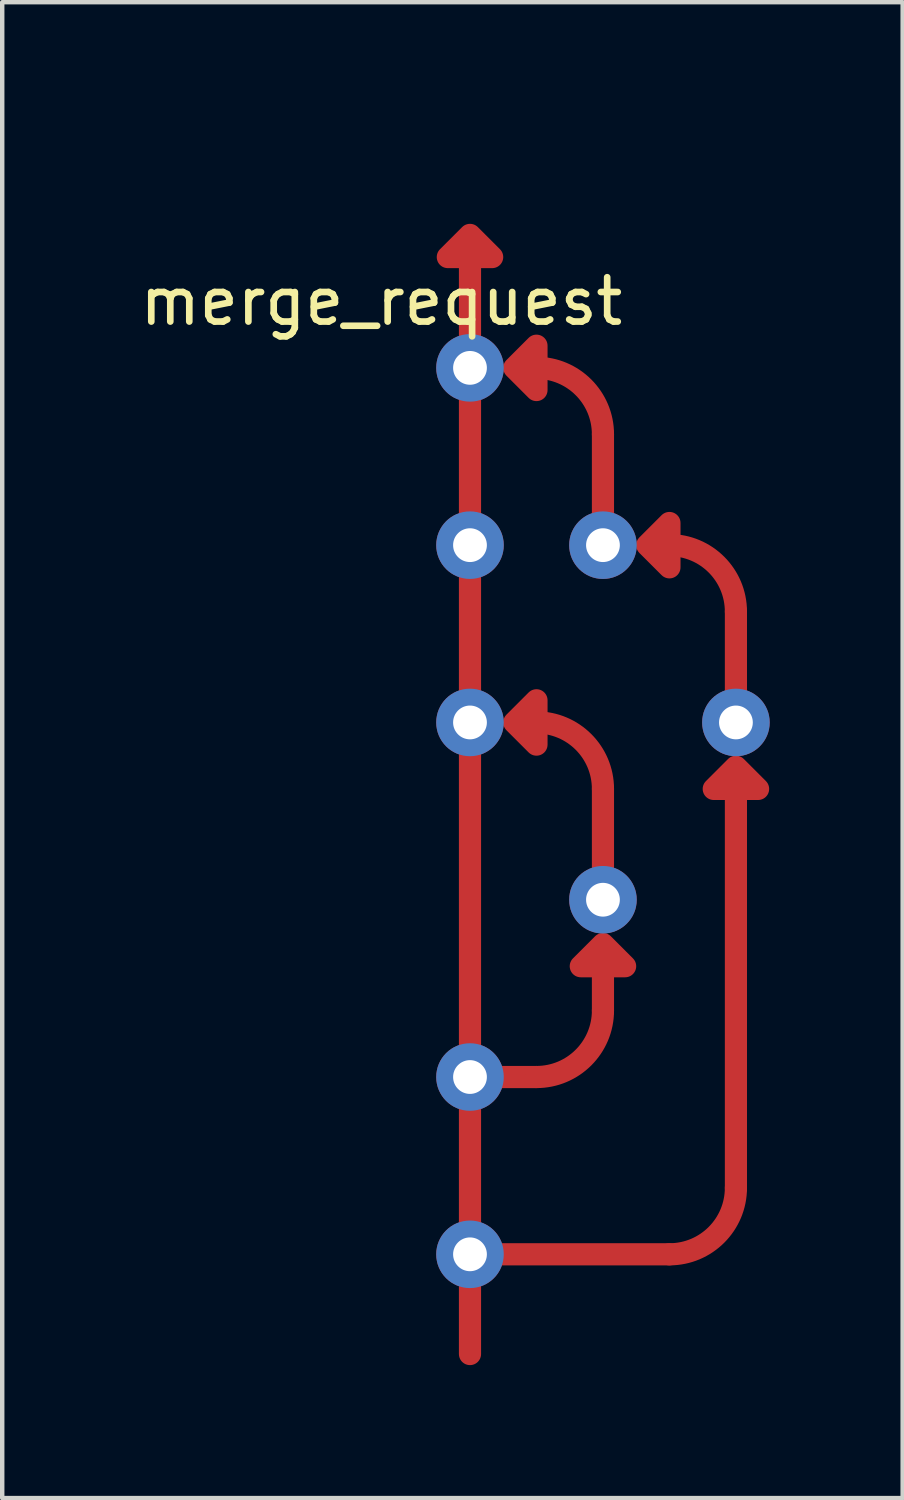
<source format=kicad_pcb>
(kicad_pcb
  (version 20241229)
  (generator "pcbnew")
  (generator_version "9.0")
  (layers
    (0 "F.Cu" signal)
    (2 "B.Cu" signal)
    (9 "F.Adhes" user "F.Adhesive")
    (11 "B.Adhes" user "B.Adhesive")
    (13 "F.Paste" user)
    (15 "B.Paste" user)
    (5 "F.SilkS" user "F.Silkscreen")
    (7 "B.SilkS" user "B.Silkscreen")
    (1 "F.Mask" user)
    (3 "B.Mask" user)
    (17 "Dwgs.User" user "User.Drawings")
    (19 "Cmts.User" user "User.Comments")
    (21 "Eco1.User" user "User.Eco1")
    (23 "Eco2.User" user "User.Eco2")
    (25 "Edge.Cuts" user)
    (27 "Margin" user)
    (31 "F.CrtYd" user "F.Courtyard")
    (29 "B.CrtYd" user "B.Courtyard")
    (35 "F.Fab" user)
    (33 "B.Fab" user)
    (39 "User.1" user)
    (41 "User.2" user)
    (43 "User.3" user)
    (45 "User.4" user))
  (footprint "merge_request"
    (layer "F.Cu")
    (at 5.054 0.25)
    (property "Reference" "merge_request" (at 0.5 3.5 0) (layer "F.SilkS") (effects (font (size 1 1) (thickness 0.15))))
    (attr through_hole)
    (fp_line (start 2.5 5) (end 2.5 2.75) (stroke (width 0.5) (type solid)) (layer "F.Cu"))
    (fp_line (start 2.5 27.25) (end 2.5 5) (stroke (width 0.5) (type solid)) (layer "F.Cu"))
    (fp_line (start 4 21) (end 2.5 21) (stroke (width 0.5) (type solid)) (layer "F.Cu"))
    (fp_line (start 5.5 9) (end 5.5 6.5) (stroke (width 0.5) (type solid)) (layer "F.Cu"))
    (fp_line (start 5.5 17) (end 5.5 14.5) (stroke (width 0.5) (type solid)) (layer "F.Cu"))
    (fp_line (start 5.5 19.5) (end 5.5 18.75) (stroke (width 0.5) (type solid)) (layer "F.Cu"))
    (fp_line (start 7 25) (end 2.5 25) (stroke (width 0.5) (type solid)) (layer "F.Cu"))
    (fp_line (start 8.5 13) (end 8.5 10.5) (stroke (width 0.5) (type solid)) (layer "F.Cu"))
    (fp_line (start 8.5 23.5) (end 8.5 14.75) (stroke (width 0.5) (type solid)) (layer "F.Cu"))
    (fp_arc (start 4 5) (mid 5.06066 5.43934) (end 5.5 6.5) (stroke (width 0.5) (type solid)) (layer "F.Cu"))
    (fp_arc (start 4 13) (mid 5.06066 13.43934) (end 5.5 14.5) (stroke (width 0.5) (type solid)) (layer "F.Cu"))
    (fp_arc (start 5.5 19.5) (mid 5.06066 20.56066) (end 4 21) (stroke (width 0.5) (type solid)) (layer "F.Cu"))
    (fp_arc (start 7 9) (mid 8.06066 9.43934) (end 8.5 10.5) (stroke (width 0.5) (type solid)) (layer "F.Cu"))
    (fp_arc (start 8.5 23.5) (mid 8.06066 24.56066) (end 7 25) (stroke (width 0.5) (type solid)) (layer "F.Cu"))
    (fp_poly (pts (xy 2 2.5) (xy 2.5 2) (xy 3 2.5)) (stroke (width 0.5) (type solid)) (fill yes) (layer "F.Cu"))
    (fp_poly (pts (xy 4 5.5) (xy 3.5 5) (xy 4 4.5)) (stroke (width 0.5) (type solid)) (fill yes) (layer "F.Cu"))
    (fp_poly (pts (xy 4 13.5) (xy 3.5 13) (xy 4 12.5)) (stroke (width 0.5) (type solid)) (fill yes) (layer "F.Cu"))
    (fp_poly (pts (xy 5 18.5) (xy 5.5 18) (xy 6 18.5)) (stroke (width 0.5) (type solid)) (fill yes) (layer "F.Cu"))
    (fp_poly (pts (xy 7 9.5) (xy 6.5 9) (xy 7 8.5)) (stroke (width 0.5) (type solid)) (fill yes) (layer "F.Cu"))
    (fp_poly (pts (xy 8 14.5) (xy 8.5 14) (xy 9 14.5)) (stroke (width 0.5) (type solid)) (fill yes) (layer "F.Cu"))
    (pad "1" thru_hole circle (at 2.5 5) (size 1.524 1.524) (drill 0.762) (layers "*.Cu" "*.Mask"))
    (pad "2" thru_hole circle (at 2.5 9) (size 1.524 1.524) (drill 0.762) (layers "*.Cu" "*.Mask"))
    (pad "3" thru_hole circle (at 5.5 9) (size 1.524 1.524) (drill 0.762) (layers "*.Cu" "*.Mask"))
    (pad "4" thru_hole circle (at 8.5 13) (size 1.524 1.524) (drill 0.762) (layers "*.Cu" "*.Mask"))
    (pad "6" thru_hole circle (at 2.5 13) (size 1.524 1.524) (drill 0.762) (layers "*.Cu" "*.Mask"))
    (pad "7" thru_hole circle (at 5.5 17) (size 1.524 1.524) (drill 0.762) (layers "*.Cu" "*.Mask"))
    (pad "8" thru_hole circle (at 2.5 21) (size 1.524 1.524) (drill 0.762) (layers "*.Cu" "*.Mask"))
    (pad "9" thru_hole circle (at 2.5 25) (size 1.524 1.524) (drill 0.762) (layers "*.Cu" "*.Mask")))
  (gr_rect
    (start -3 -3)
    (end 17.316 30.75)
    (stroke (width 0.1) (type default))
    (fill no)
    (layer "Edge.Cuts")))
</source>
